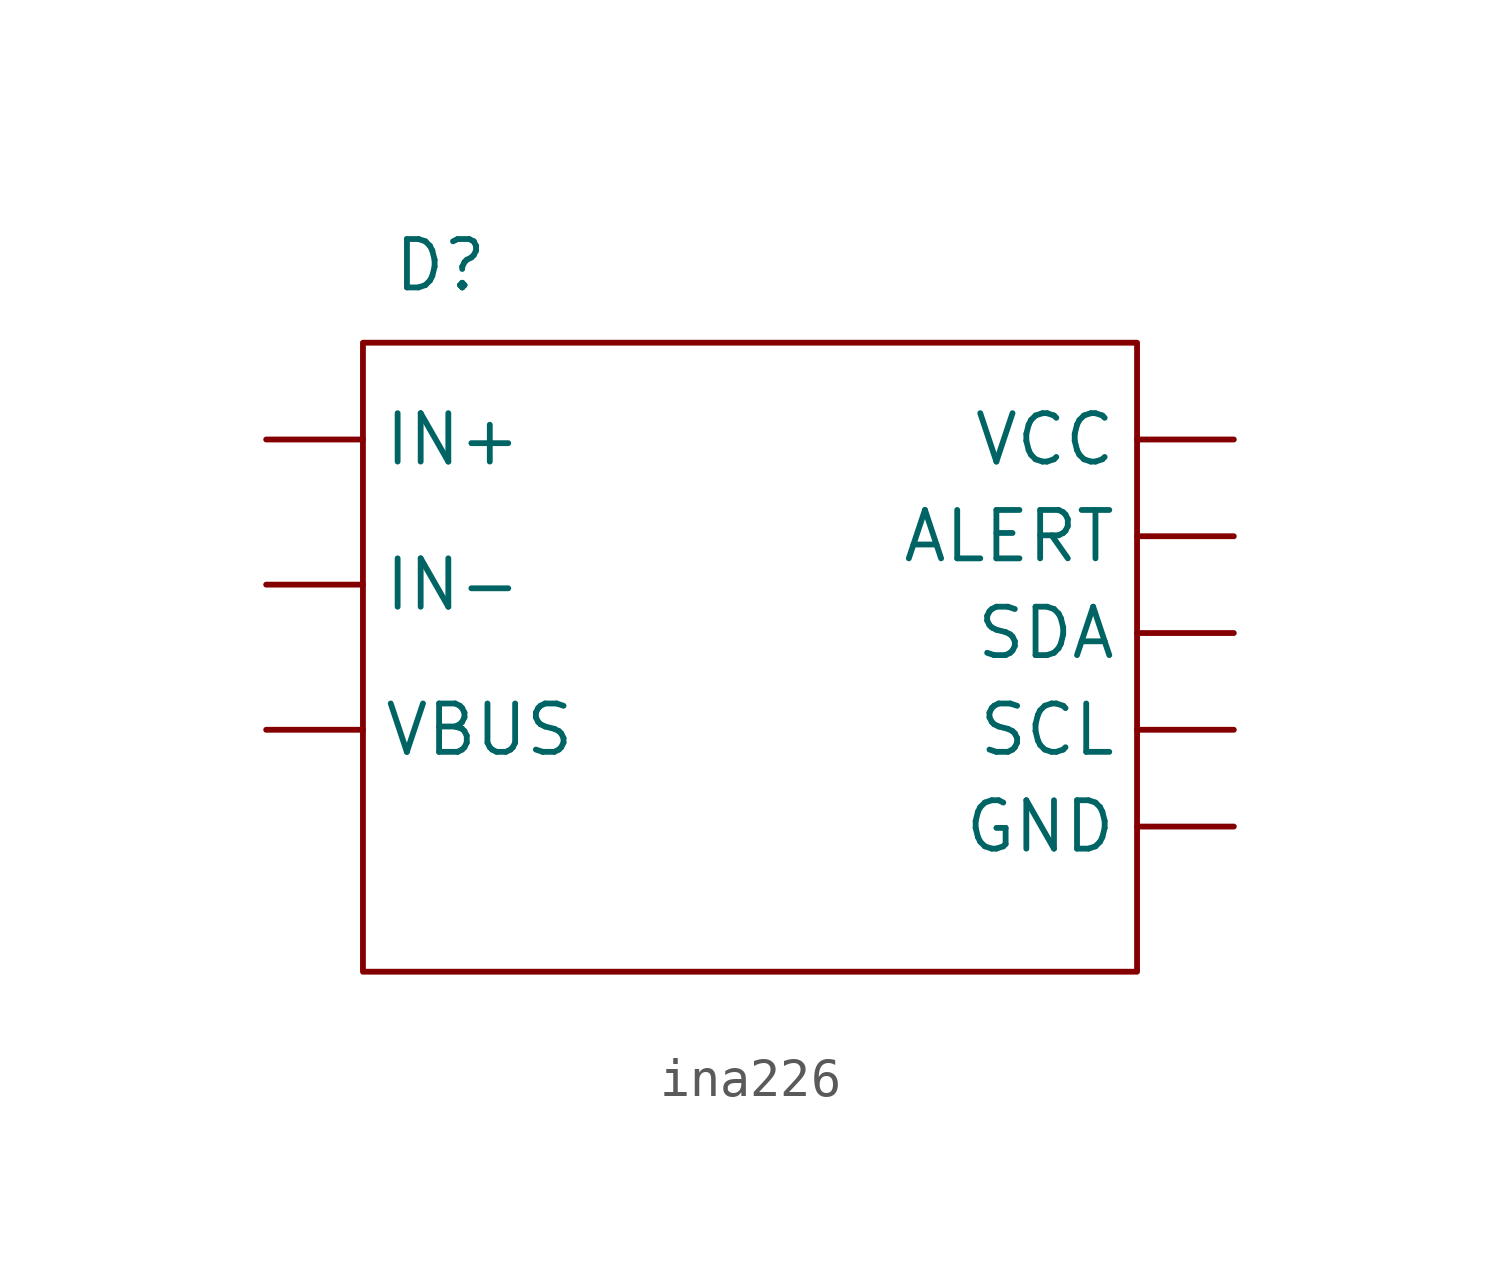
<source format=kicad_sym>
(kicad_symbol_lib
  (version 20231120)
  (generator "kicad_symbol_editor")
  (generator_version "8.0")
  (symbol "ina226"
    (property "Reference" "D"
      (at 13.462 18.542 0)
      (effects (font (size 1.27 1.27))))
    (property "Value" ""
      (at 13.462 18.542 0)
      (effects (font (size 1.27 1.27))))
    (symbol "ina226_0_1"
      (rectangle (start 11.43 16.51) (end 31.75 0) (stroke (width 0) (type default)) (fill (type none))))
    (symbol "ina226_1_1"
      (pin output line (at 34.29 11.43 180) (length 2.54) (name "ALERT" (effects (font (size 1.27 1.27)))) (number "" (effects (font (size 1.27 1.27)))))
      (pin power_in line (at 34.29 3.81 180) (length 2.54) (name "GND" (effects (font (size 1.27 1.27)))) (number "" (effects (font (size 1.27 1.27)))))
      (pin output line (at 8.89 13.97 0) (length 2.54) (name "IN+" (effects (font (size 1.27 1.27)))) (number "" (effects (font (size 1.27 1.27)))))
      (pin input line (at 8.89 10.16 0) (length 2.54) (name "IN-" (effects (font (size 1.27 1.27)))) (number "" (effects (font (size 1.27 1.27)))))
      (pin input line (at 34.29 6.35 180) (length 2.54) (name "SCL" (effects (font (size 1.27 1.27)))) (number "" (effects (font (size 1.27 1.27)))))
      (pin bidirectional line (at 34.29 8.89 180) (length 2.54) (name "SDA" (effects (font (size 1.27 1.27)))) (number "" (effects (font (size 1.27 1.27)))))
      (pin input line (at 8.89 6.35 0) (length 2.54) (name "VBUS" (effects (font (size 1.27 1.27)))) (number "" (effects (font (size 1.27 1.27)))))
      (pin power_in line (at 34.29 13.97 180) (length 2.54) (name "VCC" (effects (font (size 1.27 1.27)))) (number "" (effects (font (size 1.27 1.27))))))))
</source>
